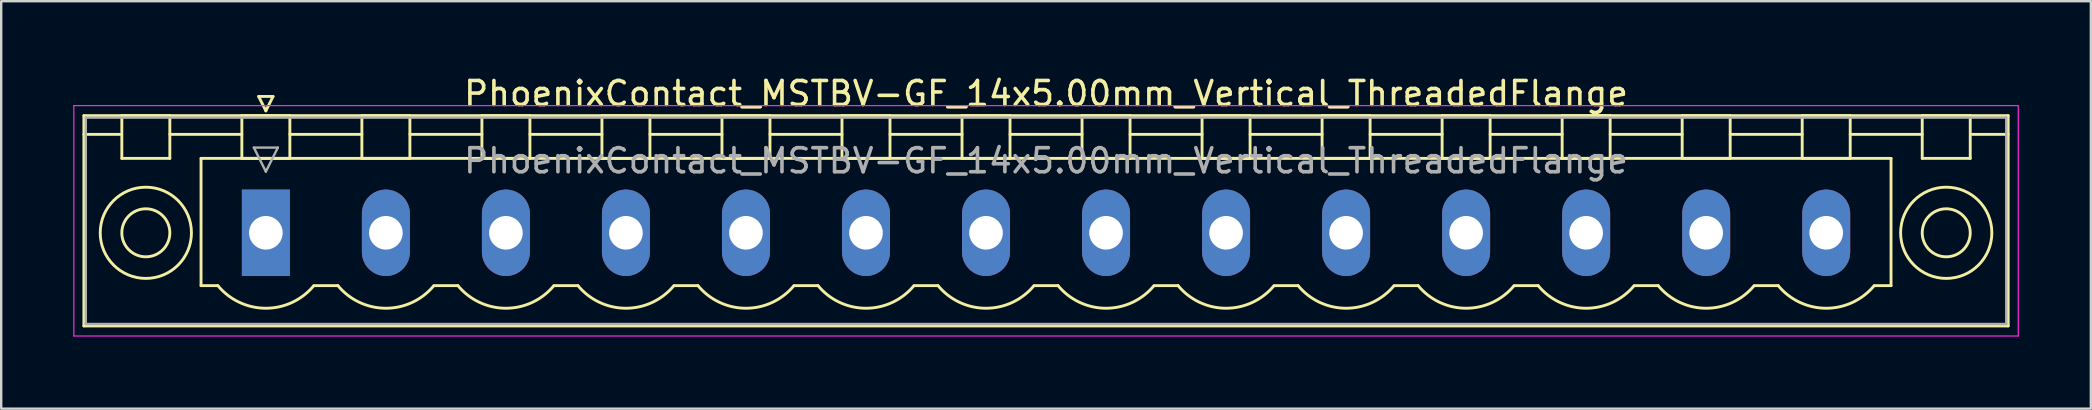
<source format=kicad_pcb>
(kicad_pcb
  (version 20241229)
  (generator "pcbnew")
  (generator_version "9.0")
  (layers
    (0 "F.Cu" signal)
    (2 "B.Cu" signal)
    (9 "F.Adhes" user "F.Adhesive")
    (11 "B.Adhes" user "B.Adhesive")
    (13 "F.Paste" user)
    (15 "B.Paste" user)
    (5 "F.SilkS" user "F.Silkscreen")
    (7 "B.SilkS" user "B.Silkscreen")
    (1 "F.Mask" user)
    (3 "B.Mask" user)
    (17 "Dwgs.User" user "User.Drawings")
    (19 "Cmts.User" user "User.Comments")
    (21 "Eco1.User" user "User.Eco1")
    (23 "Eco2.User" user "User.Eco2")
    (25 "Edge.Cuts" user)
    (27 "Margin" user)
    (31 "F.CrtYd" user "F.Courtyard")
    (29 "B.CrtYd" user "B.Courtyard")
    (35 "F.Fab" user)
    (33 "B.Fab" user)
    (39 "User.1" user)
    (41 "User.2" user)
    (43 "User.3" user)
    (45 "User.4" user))
  (footprint "PhoenixContact_MSTBV-GF_14x5.00mm_Vertical_ThreadedFlange"
    (layer "F.Cu")
    (at 8.025 6.648)
    (property "Reference" "PhoenixContact_MSTBV-GF_14x5.00mm_Vertical_ThreadedFlange" (at 32.5 -5.8 0) (layer "F.SilkS") (effects (font (size 1 1) (thickness 0.15))))
    (attr through_hole)
    (fp_line (start -7.58 -4.88) (end -7.58 3.88) (stroke (width 0.12) (type solid)) (layer "F.SilkS"))
    (fp_line (start -7.58 -4.1) (end -6.08 -4.1) (stroke (width 0.12) (type solid)) (layer "F.SilkS"))
    (fp_line (start -7.58 3.88) (end 72.58 3.88) (stroke (width 0.12) (type solid)) (layer "F.SilkS"))
    (fp_line (start -6 -4.88) (end -4 -4.88) (stroke (width 0.12) (type solid)) (layer "F.SilkS"))
    (fp_line (start -6 -3.1) (end -6 -4.88) (stroke (width 0.12) (type solid)) (layer "F.SilkS"))
    (fp_line (start -4 -4.88) (end -4 -3.1) (stroke (width 0.12) (type solid)) (layer "F.SilkS"))
    (fp_line (start -4 -4.1) (end -1 -4.1) (stroke (width 0.12) (type solid)) (layer "F.SilkS"))
    (fp_line (start -4 -3.1) (end -6 -3.1) (stroke (width 0.12) (type solid)) (layer "F.SilkS"))
    (fp_line (start -2.7 -3.1) (end 67.7 -3.1) (stroke (width 0.12) (type solid)) (layer "F.SilkS"))
    (fp_line (start -2.7 2.2) (end -2.7 -3.1) (stroke (width 0.12) (type solid)) (layer "F.SilkS"))
    (fp_line (start -2 2.2) (end -2.7 2.2) (stroke (width 0.12) (type solid)) (layer "F.SilkS"))
    (fp_line (start -1 -4.88) (end 1 -4.88) (stroke (width 0.12) (type solid)) (layer "F.SilkS"))
    (fp_line (start -1 -3.1) (end -1 -4.88) (stroke (width 0.12) (type solid)) (layer "F.SilkS"))
    (fp_line (start -0.3 -5.68) (end 0.3 -5.68) (stroke (width 0.12) (type solid)) (layer "F.SilkS"))
    (fp_line (start 0 -5.08) (end -0.3 -5.68) (stroke (width 0.12) (type solid)) (layer "F.SilkS"))
    (fp_line (start 0.3 -5.68) (end 0 -5.08) (stroke (width 0.12) (type solid)) (layer "F.SilkS"))
    (fp_line (start 1 -4.88) (end 1 -3.1) (stroke (width 0.12) (type solid)) (layer "F.SilkS"))
    (fp_line (start 1 -4.1) (end 4 -4.1) (stroke (width 0.12) (type solid)) (layer "F.SilkS"))
    (fp_line (start 1 -3.1) (end -1 -3.1) (stroke (width 0.12) (type solid)) (layer "F.SilkS"))
    (fp_line (start 2 2.2) (end 3 2.2) (stroke (width 0.12) (type solid)) (layer "F.SilkS"))
    (fp_line (start 4 -4.88) (end 6 -4.88) (stroke (width 0.12) (type solid)) (layer "F.SilkS"))
    (fp_line (start 4 -3.1) (end 4 -4.88) (stroke (width 0.12) (type solid)) (layer "F.SilkS"))
    (fp_line (start 6 -4.88) (end 6 -3.1) (stroke (width 0.12) (type solid)) (layer "F.SilkS"))
    (fp_line (start 6 -4.1) (end 9 -4.1) (stroke (width 0.12) (type solid)) (layer "F.SilkS"))
    (fp_line (start 6 -3.1) (end 4 -3.1) (stroke (width 0.12) (type solid)) (layer "F.SilkS"))
    (fp_line (start 7 2.2) (end 8 2.2) (stroke (width 0.12) (type solid)) (layer "F.SilkS"))
    (fp_line (start 9 -4.88) (end 11 -4.88) (stroke (width 0.12) (type solid)) (layer "F.SilkS"))
    (fp_line (start 9 -3.1) (end 9 -4.88) (stroke (width 0.12) (type solid)) (layer "F.SilkS"))
    (fp_line (start 11 -4.88) (end 11 -3.1) (stroke (width 0.12) (type solid)) (layer "F.SilkS"))
    (fp_line (start 11 -4.1) (end 14 -4.1) (stroke (width 0.12) (type solid)) (layer "F.SilkS"))
    (fp_line (start 11 -3.1) (end 9 -3.1) (stroke (width 0.12) (type solid)) (layer "F.SilkS"))
    (fp_line (start 12 2.2) (end 13 2.2) (stroke (width 0.12) (type solid)) (layer "F.SilkS"))
    (fp_line (start 14 -4.88) (end 16 -4.88) (stroke (width 0.12) (type solid)) (layer "F.SilkS"))
    (fp_line (start 14 -3.1) (end 14 -4.88) (stroke (width 0.12) (type solid)) (layer "F.SilkS"))
    (fp_line (start 16 -4.88) (end 16 -3.1) (stroke (width 0.12) (type solid)) (layer "F.SilkS"))
    (fp_line (start 16 -4.1) (end 19 -4.1) (stroke (width 0.12) (type solid)) (layer "F.SilkS"))
    (fp_line (start 16 -3.1) (end 14 -3.1) (stroke (width 0.12) (type solid)) (layer "F.SilkS"))
    (fp_line (start 17 2.2) (end 18 2.2) (stroke (width 0.12) (type solid)) (layer "F.SilkS"))
    (fp_line (start 19 -4.88) (end 21 -4.88) (stroke (width 0.12) (type solid)) (layer "F.SilkS"))
    (fp_line (start 19 -3.1) (end 19 -4.88) (stroke (width 0.12) (type solid)) (layer "F.SilkS"))
    (fp_line (start 21 -4.88) (end 21 -3.1) (stroke (width 0.12) (type solid)) (layer "F.SilkS"))
    (fp_line (start 21 -4.1) (end 24 -4.1) (stroke (width 0.12) (type solid)) (layer "F.SilkS"))
    (fp_line (start 21 -3.1) (end 19 -3.1) (stroke (width 0.12) (type solid)) (layer "F.SilkS"))
    (fp_line (start 22 2.2) (end 23 2.2) (stroke (width 0.12) (type solid)) (layer "F.SilkS"))
    (fp_line (start 24 -4.88) (end 26 -4.88) (stroke (width 0.12) (type solid)) (layer "F.SilkS"))
    (fp_line (start 24 -3.1) (end 24 -4.88) (stroke (width 0.12) (type solid)) (layer "F.SilkS"))
    (fp_line (start 26 -4.88) (end 26 -3.1) (stroke (width 0.12) (type solid)) (layer "F.SilkS"))
    (fp_line (start 26 -4.1) (end 29 -4.1) (stroke (width 0.12) (type solid)) (layer "F.SilkS"))
    (fp_line (start 26 -3.1) (end 24 -3.1) (stroke (width 0.12) (type solid)) (layer "F.SilkS"))
    (fp_line (start 27 2.2) (end 28 2.2) (stroke (width 0.12) (type solid)) (layer "F.SilkS"))
    (fp_line (start 29 -4.88) (end 31 -4.88) (stroke (width 0.12) (type solid)) (layer "F.SilkS"))
    (fp_line (start 29 -3.1) (end 29 -4.88) (stroke (width 0.12) (type solid)) (layer "F.SilkS"))
    (fp_line (start 31 -4.88) (end 31 -3.1) (stroke (width 0.12) (type solid)) (layer "F.SilkS"))
    (fp_line (start 31 -4.1) (end 34 -4.1) (stroke (width 0.12) (type solid)) (layer "F.SilkS"))
    (fp_line (start 31 -3.1) (end 29 -3.1) (stroke (width 0.12) (type solid)) (layer "F.SilkS"))
    (fp_line (start 32 2.2) (end 33 2.2) (stroke (width 0.12) (type solid)) (layer "F.SilkS"))
    (fp_line (start 34 -4.88) (end 36 -4.88) (stroke (width 0.12) (type solid)) (layer "F.SilkS"))
    (fp_line (start 34 -3.1) (end 34 -4.88) (stroke (width 0.12) (type solid)) (layer "F.SilkS"))
    (fp_line (start 36 -4.88) (end 36 -3.1) (stroke (width 0.12) (type solid)) (layer "F.SilkS"))
    (fp_line (start 36 -4.1) (end 39 -4.1) (stroke (width 0.12) (type solid)) (layer "F.SilkS"))
    (fp_line (start 36 -3.1) (end 34 -3.1) (stroke (width 0.12) (type solid)) (layer "F.SilkS"))
    (fp_line (start 37 2.2) (end 38 2.2) (stroke (width 0.12) (type solid)) (layer "F.SilkS"))
    (fp_line (start 39 -4.88) (end 41 -4.88) (stroke (width 0.12) (type solid)) (layer "F.SilkS"))
    (fp_line (start 39 -3.1) (end 39 -4.88) (stroke (width 0.12) (type solid)) (layer "F.SilkS"))
    (fp_line (start 41 -4.88) (end 41 -3.1) (stroke (width 0.12) (type solid)) (layer "F.SilkS"))
    (fp_line (start 41 -4.1) (end 44 -4.1) (stroke (width 0.12) (type solid)) (layer "F.SilkS"))
    (fp_line (start 41 -3.1) (end 39 -3.1) (stroke (width 0.12) (type solid)) (layer "F.SilkS"))
    (fp_line (start 42 2.2) (end 43 2.2) (stroke (width 0.12) (type solid)) (layer "F.SilkS"))
    (fp_line (start 44 -4.88) (end 46 -4.88) (stroke (width 0.12) (type solid)) (layer "F.SilkS"))
    (fp_line (start 44 -3.1) (end 44 -4.88) (stroke (width 0.12) (type solid)) (layer "F.SilkS"))
    (fp_line (start 46 -4.88) (end 46 -3.1) (stroke (width 0.12) (type solid)) (layer "F.SilkS"))
    (fp_line (start 46 -4.1) (end 49 -4.1) (stroke (width 0.12) (type solid)) (layer "F.SilkS"))
    (fp_line (start 46 -3.1) (end 44 -3.1) (stroke (width 0.12) (type solid)) (layer "F.SilkS"))
    (fp_line (start 47 2.2) (end 48 2.2) (stroke (width 0.12) (type solid)) (layer "F.SilkS"))
    (fp_line (start 49 -4.88) (end 51 -4.88) (stroke (width 0.12) (type solid)) (layer "F.SilkS"))
    (fp_line (start 49 -3.1) (end 49 -4.88) (stroke (width 0.12) (type solid)) (layer "F.SilkS"))
    (fp_line (start 51 -4.88) (end 51 -3.1) (stroke (width 0.12) (type solid)) (layer "F.SilkS"))
    (fp_line (start 51 -4.1) (end 54 -4.1) (stroke (width 0.12) (type solid)) (layer "F.SilkS"))
    (fp_line (start 51 -3.1) (end 49 -3.1) (stroke (width 0.12) (type solid)) (layer "F.SilkS"))
    (fp_line (start 52 2.2) (end 53 2.2) (stroke (width 0.12) (type solid)) (layer "F.SilkS"))
    (fp_line (start 54 -4.88) (end 56 -4.88) (stroke (width 0.12) (type solid)) (layer "F.SilkS"))
    (fp_line (start 54 -3.1) (end 54 -4.88) (stroke (width 0.12) (type solid)) (layer "F.SilkS"))
    (fp_line (start 56 -4.88) (end 56 -3.1) (stroke (width 0.12) (type solid)) (layer "F.SilkS"))
    (fp_line (start 56 -4.1) (end 59 -4.1) (stroke (width 0.12) (type solid)) (layer "F.SilkS"))
    (fp_line (start 56 -3.1) (end 54 -3.1) (stroke (width 0.12) (type solid)) (layer "F.SilkS"))
    (fp_line (start 57 2.2) (end 58 2.2) (stroke (width 0.12) (type solid)) (layer "F.SilkS"))
    (fp_line (start 59 -4.88) (end 61 -4.88) (stroke (width 0.12) (type solid)) (layer "F.SilkS"))
    (fp_line (start 59 -3.1) (end 59 -4.88) (stroke (width 0.12) (type solid)) (layer "F.SilkS"))
    (fp_line (start 61 -4.88) (end 61 -3.1) (stroke (width 0.12) (type solid)) (layer "F.SilkS"))
    (fp_line (start 61 -4.1) (end 64 -4.1) (stroke (width 0.12) (type solid)) (layer "F.SilkS"))
    (fp_line (start 61 -3.1) (end 59 -3.1) (stroke (width 0.12) (type solid)) (layer "F.SilkS"))
    (fp_line (start 62 2.2) (end 63 2.2) (stroke (width 0.12) (type solid)) (layer "F.SilkS"))
    (fp_line (start 64 -4.88) (end 66 -4.88) (stroke (width 0.12) (type solid)) (layer "F.SilkS"))
    (fp_line (start 64 -3.1) (end 64 -4.88) (stroke (width 0.12) (type solid)) (layer "F.SilkS"))
    (fp_line (start 66 -4.88) (end 66 -3.1) (stroke (width 0.12) (type solid)) (layer "F.SilkS"))
    (fp_line (start 66 -4.1) (end 69 -4.1) (stroke (width 0.12) (type solid)) (layer "F.SilkS"))
    (fp_line (start 66 -3.1) (end 64 -3.1) (stroke (width 0.12) (type solid)) (layer "F.SilkS"))
    (fp_line (start 67.7 -3.1) (end 67.7 2.2) (stroke (width 0.12) (type solid)) (layer "F.SilkS"))
    (fp_line (start 67.7 2.2) (end 67 2.2) (stroke (width 0.12) (type solid)) (layer "F.SilkS"))
    (fp_line (start 69 -4.88) (end 71 -4.88) (stroke (width 0.12) (type solid)) (layer "F.SilkS"))
    (fp_line (start 69 -3.1) (end 69 -4.88) (stroke (width 0.12) (type solid)) (layer "F.SilkS"))
    (fp_line (start 71 -4.88) (end 71 -3.1) (stroke (width 0.12) (type solid)) (layer "F.SilkS"))
    (fp_line (start 71 -3.1) (end 69 -3.1) (stroke (width 0.12) (type solid)) (layer "F.SilkS"))
    (fp_line (start 72.58 -4.88) (end -7.58 -4.88) (stroke (width 0.12) (type solid)) (layer "F.SilkS"))
    (fp_line (start 72.58 -4.1) (end 71.08 -4.1) (stroke (width 0.12) (type solid)) (layer "F.SilkS"))
    (fp_line (start 72.58 3.88) (end 72.58 -4.88) (stroke (width 0.12) (type solid)) (layer "F.SilkS"))
    (fp_arc (start 1.986842 2.215821) (mid -0.010289 3.142758) (end -2 2.2) (stroke (width 0.12) (type solid)) (layer "F.SilkS"))
    (fp_arc (start 6.986842 2.215821) (mid 4.989711 3.142758) (end 3 2.2) (stroke (width 0.12) (type solid)) (layer "F.SilkS"))
    (fp_arc (start 11.986842 2.215821) (mid 9.989711 3.142758) (end 8 2.2) (stroke (width 0.12) (type solid)) (layer "F.SilkS"))
    (fp_arc (start 16.986842 2.215821) (mid 14.989711 3.142758) (end 13 2.2) (stroke (width 0.12) (type solid)) (layer "F.SilkS"))
    (fp_arc (start 21.986842 2.215821) (mid 19.989711 3.142758) (end 18 2.2) (stroke (width 0.12) (type solid)) (layer "F.SilkS"))
    (fp_arc (start 26.986842 2.215821) (mid 24.989711 3.142758) (end 23 2.2) (stroke (width 0.12) (type solid)) (layer "F.SilkS"))
    (fp_arc (start 31.986842 2.215821) (mid 29.989711 3.142758) (end 28 2.2) (stroke (width 0.12) (type solid)) (layer "F.SilkS"))
    (fp_arc (start 36.986842 2.215821) (mid 34.989711 3.142758) (end 33 2.2) (stroke (width 0.12) (type solid)) (layer "F.SilkS"))
    (fp_arc (start 41.986842 2.215821) (mid 39.989711 3.142758) (end 38 2.2) (stroke (width 0.12) (type solid)) (layer "F.SilkS"))
    (fp_arc (start 46.986842 2.215821) (mid 44.989711 3.142758) (end 43 2.2) (stroke (width 0.12) (type solid)) (layer "F.SilkS"))
    (fp_arc (start 51.986842 2.215821) (mid 49.989711 3.142758) (end 48 2.2) (stroke (width 0.12) (type solid)) (layer "F.SilkS"))
    (fp_arc (start 56.986842 2.215821) (mid 54.989711 3.142758) (end 53 2.2) (stroke (width 0.12) (type solid)) (layer "F.SilkS"))
    (fp_arc (start 61.986842 2.215821) (mid 59.989711 3.142758) (end 58 2.2) (stroke (width 0.12) (type solid)) (layer "F.SilkS"))
    (fp_arc (start 66.986842 2.215821) (mid 64.989711 3.142758) (end 63 2.2) (stroke (width 0.12) (type solid)) (layer "F.SilkS"))
    (fp_circle (center -5 0) (end -4 0) (stroke (width 0.12) (type solid)) (fill no) (layer "F.SilkS"))
    (fp_circle (center -5 0) (end -3.1 0) (stroke (width 0.12) (type solid)) (fill no) (layer "F.SilkS"))
    (fp_circle (center 70 0) (end 71 0) (stroke (width 0.12) (type solid)) (fill no) (layer "F.SilkS"))
    (fp_circle (center 70 0) (end 71.9 0) (stroke (width 0.12) (type solid)) (fill no) (layer "F.SilkS"))
    (fp_line (start -8 -5.3) (end -8 4.3) (stroke (width 0.05) (type solid)) (layer "F.CrtYd"))
    (fp_line (start -8 4.3) (end 73 4.3) (stroke (width 0.05) (type solid)) (layer "F.CrtYd"))
    (fp_line (start 73 -5.3) (end -8 -5.3) (stroke (width 0.05) (type solid)) (layer "F.CrtYd"))
    (fp_line (start 73 4.3) (end 73 -5.3) (stroke (width 0.05) (type solid)) (layer "F.CrtYd"))
    (fp_line (start -7.5 -4.8) (end -7.5 3.8) (stroke (width 0.1) (type solid)) (layer "F.Fab"))
    (fp_line (start -7.5 3.8) (end 72.5 3.8) (stroke (width 0.1) (type solid)) (layer "F.Fab"))
    (fp_line (start -0.5 -3.55) (end 0.5 -3.55) (stroke (width 0.1) (type solid)) (layer "F.Fab"))
    (fp_line (start 0 -2.55) (end -0.5 -3.55) (stroke (width 0.1) (type solid)) (layer "F.Fab"))
    (fp_line (start 0.5 -3.55) (end 0 -2.55) (stroke (width 0.1) (type solid)) (layer "F.Fab"))
    (fp_line (start 72.5 -4.8) (end -7.5 -4.8) (stroke (width 0.1) (type solid)) (layer "F.Fab"))
    (fp_line (start 72.5 3.8) (end 72.5 -4.8) (stroke (width 0.1) (type solid)) (layer "F.Fab"))
    (fp_text user "${REFERENCE}" (at 32.5 -3 0) (layer "F.Fab") (effects (font (size 1 1) (thickness 0.15))))
    (pad "1" thru_hole rect (at 0 0) (size 2 3.6) (drill 1.4) (layers "*.Cu" "*.Mask"))
    (pad "2" thru_hole oval (at 5 0) (size 2 3.6) (drill 1.4) (layers "*.Cu" "*.Mask"))
    (pad "3" thru_hole oval (at 10 0) (size 2 3.6) (drill 1.4) (layers "*.Cu" "*.Mask"))
    (pad "4" thru_hole oval (at 15 0) (size 2 3.6) (drill 1.4) (layers "*.Cu" "*.Mask"))
    (pad "5" thru_hole oval (at 20 0) (size 2 3.6) (drill 1.4) (layers "*.Cu" "*.Mask"))
    (pad "6" thru_hole oval (at 25 0) (size 2 3.6) (drill 1.4) (layers "*.Cu" "*.Mask"))
    (pad "7" thru_hole oval (at 30 0) (size 2 3.6) (drill 1.4) (layers "*.Cu" "*.Mask"))
    (pad "8" thru_hole oval (at 35 0) (size 2 3.6) (drill 1.4) (layers "*.Cu" "*.Mask"))
    (pad "9" thru_hole oval (at 40 0) (size 2 3.6) (drill 1.4) (layers "*.Cu" "*.Mask"))
    (pad "10" thru_hole oval (at 45 0) (size 2 3.6) (drill 1.4) (layers "*.Cu" "*.Mask"))
    (pad "11" thru_hole oval (at 50 0) (size 2 3.6) (drill 1.4) (layers "*.Cu" "*.Mask"))
    (pad "12" thru_hole oval (at 55 0) (size 2 3.6) (drill 1.4) (layers "*.Cu" "*.Mask"))
    (pad "13" thru_hole oval (at 60 0) (size 2 3.6) (drill 1.4) (layers "*.Cu" "*.Mask"))
    (pad "14" thru_hole oval (at 65 0) (size 2 3.6) (drill 1.4) (layers "*.Cu" "*.Mask")))
  (gr_rect
    (start -3 -3)
    (end 84.05 13.973)
    (stroke (width 0.1) (type default))
    (fill no)
    (layer "Edge.Cuts")))
</source>
